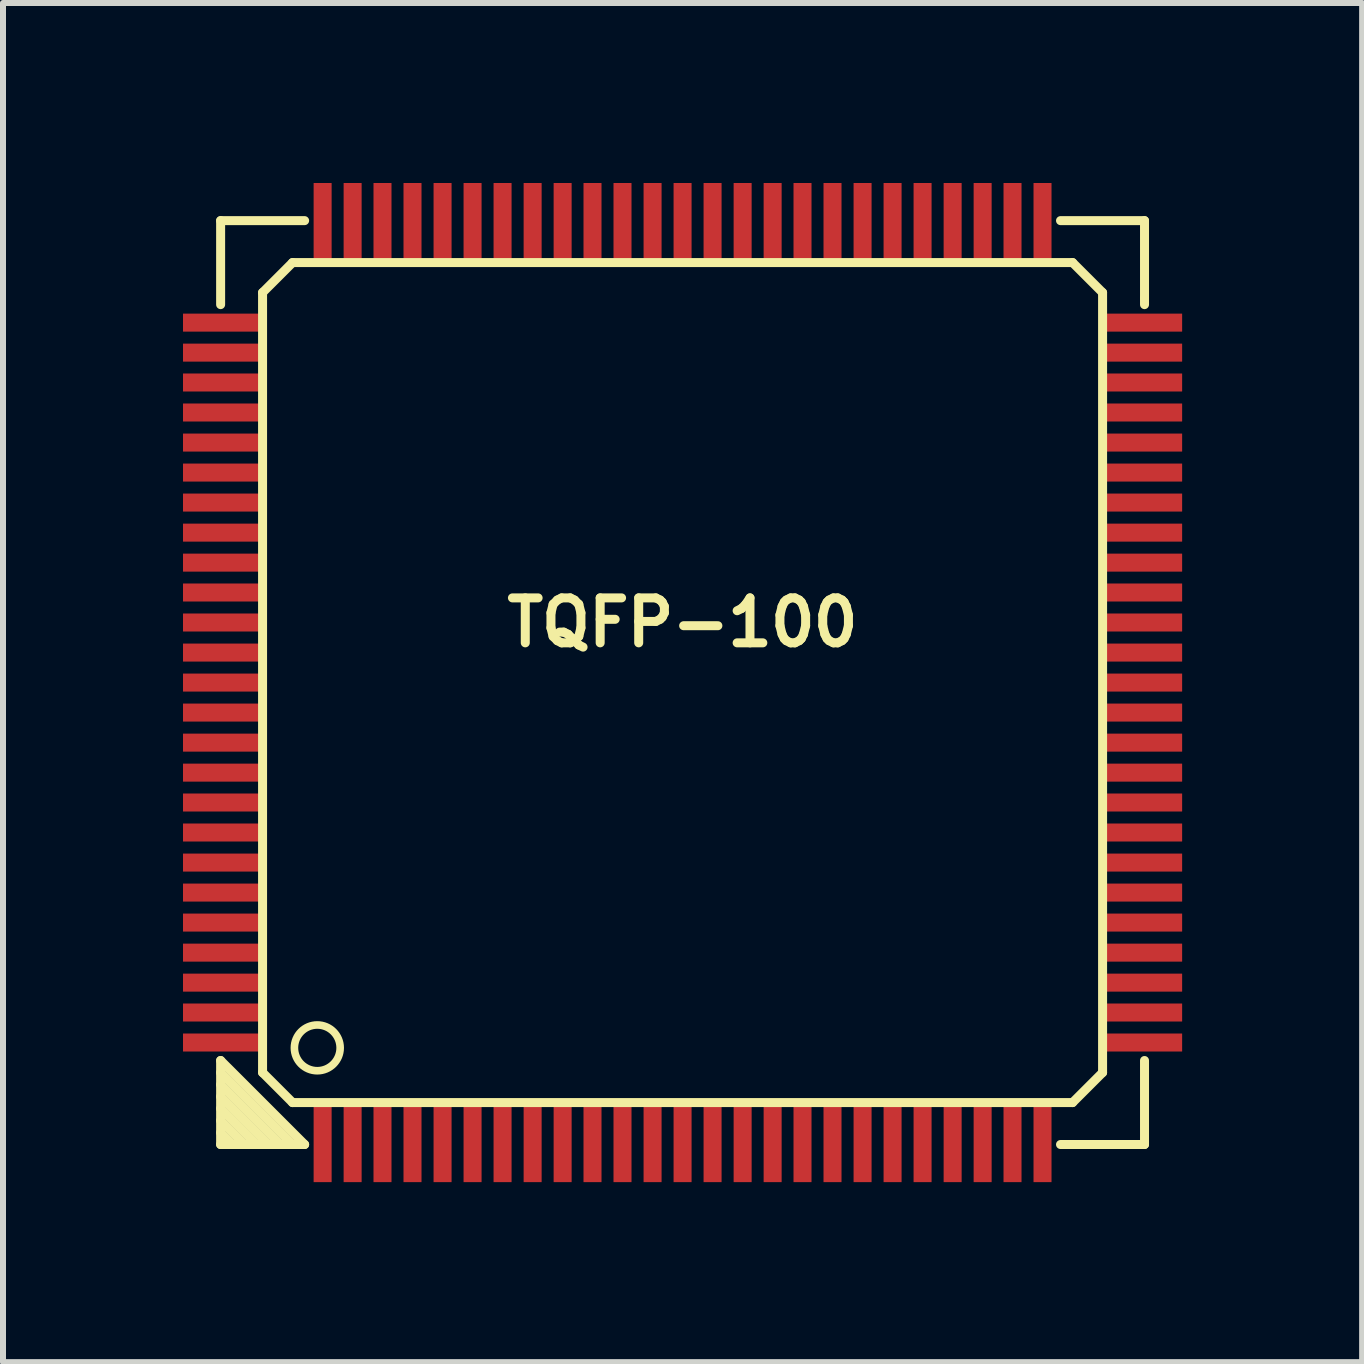
<source format=kicad_pcb>
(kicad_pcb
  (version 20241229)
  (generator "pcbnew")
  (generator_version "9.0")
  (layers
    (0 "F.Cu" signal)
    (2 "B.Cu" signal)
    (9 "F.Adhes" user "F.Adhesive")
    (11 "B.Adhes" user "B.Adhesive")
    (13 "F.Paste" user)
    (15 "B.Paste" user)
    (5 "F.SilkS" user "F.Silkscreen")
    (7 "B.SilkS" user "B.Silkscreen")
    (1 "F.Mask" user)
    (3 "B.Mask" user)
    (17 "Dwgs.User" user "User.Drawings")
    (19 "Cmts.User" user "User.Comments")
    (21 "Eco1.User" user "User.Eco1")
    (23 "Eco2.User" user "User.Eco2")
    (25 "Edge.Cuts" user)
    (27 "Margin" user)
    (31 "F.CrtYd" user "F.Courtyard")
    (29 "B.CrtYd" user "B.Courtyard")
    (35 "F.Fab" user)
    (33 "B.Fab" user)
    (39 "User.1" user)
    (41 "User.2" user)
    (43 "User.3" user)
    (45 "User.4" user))
  (footprint "TQFP-100"
    (layer "F.Cu")
    (at 8.326 8.326)
    (property "Reference" "TQFP-100" (at 0 -1.001 0) (layer "F.SilkS") (effects (font (size 0.749 0.749) (thickness 0.15))))
    (attr smd)
    (fp_line (start -7.699 -7.699) (end -6.299 -7.699) (stroke (width 0.15) (type solid)) (layer "F.SilkS"))
    (fp_line (start -7.699 -6.299) (end -7.699 -7.699) (stroke (width 0.15) (type solid)) (layer "F.SilkS"))
    (fp_line (start -7.699 6.299) (end -6.299 7.699) (stroke (width 0.15) (type solid)) (layer "F.SilkS"))
    (fp_line (start -7.699 6.701) (end -6.701 7.699) (stroke (width 0.15) (type solid)) (layer "F.SilkS"))
    (fp_line (start -7.699 7.099) (end -7.099 7.699) (stroke (width 0.15) (type solid)) (layer "F.SilkS"))
    (fp_line (start -7.699 7.501) (end -7.501 7.699) (stroke (width 0.15) (type solid)) (layer "F.SilkS"))
    (fp_line (start -7.699 7.699) (end -7.699 6.299) (stroke (width 0.15) (type solid)) (layer "F.SilkS"))
    (fp_line (start -7.3 7.699) (end -7.699 7.3) (stroke (width 0.15) (type solid)) (layer "F.SilkS"))
    (fp_line (start -7 -6.5) (end -6.5 -7) (stroke (width 0.15) (type solid)) (layer "F.SilkS"))
    (fp_line (start -7 6.5) (end -7 -6.5) (stroke (width 0.15) (type solid)) (layer "F.SilkS"))
    (fp_line (start -6.901 7.699) (end -7.699 6.901) (stroke (width 0.15) (type solid)) (layer "F.SilkS"))
    (fp_line (start -6.5 -7) (end 6.5 -7) (stroke (width 0.15) (type solid)) (layer "F.SilkS"))
    (fp_line (start -6.5 7) (end -7 6.5) (stroke (width 0.15) (type solid)) (layer "F.SilkS"))
    (fp_line (start -6.5 7.699) (end -7.699 6.5) (stroke (width 0.15) (type solid)) (layer "F.SilkS"))
    (fp_line (start -6.299 7.699) (end -7.699 7.699) (stroke (width 0.15) (type solid)) (layer "F.SilkS"))
    (fp_line (start 6.299 -7.699) (end 7.699 -7.699) (stroke (width 0.15) (type solid)) (layer "F.SilkS"))
    (fp_line (start 6.5 -7) (end 7 -6.5) (stroke (width 0.15) (type solid)) (layer "F.SilkS"))
    (fp_line (start 6.5 7) (end -6.5 7) (stroke (width 0.15) (type solid)) (layer "F.SilkS"))
    (fp_line (start 7 -6.5) (end 7 6.5) (stroke (width 0.15) (type solid)) (layer "F.SilkS"))
    (fp_line (start 7 6.5) (end 6.5 7) (stroke (width 0.15) (type solid)) (layer "F.SilkS"))
    (fp_line (start 7.699 -7.699) (end 7.699 -6.401) (stroke (width 0.15) (type solid)) (layer "F.SilkS"))
    (fp_line (start 7.699 -6.401) (end 7.699 -6.299) (stroke (width 0.15) (type solid)) (layer "F.SilkS"))
    (fp_line (start 7.699 6.299) (end 7.699 7.699) (stroke (width 0.15) (type solid)) (layer "F.SilkS"))
    (fp_line (start 7.699 7.699) (end 6.299 7.699) (stroke (width 0.15) (type solid)) (layer "F.SilkS"))
    (fp_circle (center -6.088 6.088) (end -6.317 6.393) (stroke (width 0.127) (type solid)) (fill no) (layer "F.SilkS"))
    (pad "1" smd rect (at -5.999 7.676) (size 0.3 1.3) (layers "F.Cu" "F.Mask" "F.Paste"))
    (pad "2" smd rect (at -5.499 7.676) (size 0.3 1.3) (layers "F.Cu" "F.Mask" "F.Paste"))
    (pad "3" smd rect (at -5.001 7.676) (size 0.3 1.3) (layers "F.Cu" "F.Mask" "F.Paste"))
    (pad "4" smd rect (at -4.501 7.676) (size 0.3 1.3) (layers "F.Cu" "F.Mask" "F.Paste"))
    (pad "5" smd rect (at -4 7.676) (size 0.3 1.3) (layers "F.Cu" "F.Mask" "F.Paste"))
    (pad "6" smd rect (at -3.5 7.676) (size 0.3 1.3) (layers "F.Cu" "F.Mask" "F.Paste"))
    (pad "7" smd rect (at -3 7.676) (size 0.3 1.3) (layers "F.Cu" "F.Mask" "F.Paste"))
    (pad "8" smd rect (at -2.499 7.676) (size 0.3 1.3) (layers "F.Cu" "F.Mask" "F.Paste"))
    (pad "9" smd rect (at -1.999 7.676) (size 0.3 1.3) (layers "F.Cu" "F.Mask" "F.Paste"))
    (pad "10" smd rect (at -1.501 7.676) (size 0.3 1.3) (layers "F.Cu" "F.Mask" "F.Paste"))
    (pad "11" smd rect (at -1.001 7.676) (size 0.3 1.3) (layers "F.Cu" "F.Mask" "F.Paste"))
    (pad "12" smd rect (at -0.5 7.676) (size 0.3 1.3) (layers "F.Cu" "F.Mask" "F.Paste"))
    (pad "13" smd rect (at 0 7.676) (size 0.3 1.3) (layers "F.Cu" "F.Mask" "F.Paste"))
    (pad "14" smd rect (at 0.5 7.676) (size 0.3 1.3) (layers "F.Cu" "F.Mask" "F.Paste"))
    (pad "15" smd rect (at 1.001 7.676) (size 0.3 1.3) (layers "F.Cu" "F.Mask" "F.Paste"))
    (pad "16" smd rect (at 1.501 7.676) (size 0.3 1.3) (layers "F.Cu" "F.Mask" "F.Paste"))
    (pad "17" smd rect (at 1.999 7.676) (size 0.3 1.3) (layers "F.Cu" "F.Mask" "F.Paste"))
    (pad "18" smd rect (at 2.499 7.676) (size 0.3 1.3) (layers "F.Cu" "F.Mask" "F.Paste"))
    (pad "19" smd rect (at 3 7.676) (size 0.3 1.3) (layers "F.Cu" "F.Mask" "F.Paste"))
    (pad "20" smd rect (at 3.5 7.676) (size 0.3 1.3) (layers "F.Cu" "F.Mask" "F.Paste"))
    (pad "21" smd rect (at 4 7.676) (size 0.3 1.3) (layers "F.Cu" "F.Mask" "F.Paste"))
    (pad "22" smd rect (at 4.501 7.676) (size 0.3 1.3) (layers "F.Cu" "F.Mask" "F.Paste"))
    (pad "23" smd rect (at 5.001 7.676) (size 0.3 1.3) (layers "F.Cu" "F.Mask" "F.Paste"))
    (pad "24" smd rect (at 5.499 7.676) (size 0.3 1.3) (layers "F.Cu" "F.Mask" "F.Paste"))
    (pad "25" smd rect (at 5.999 7.676) (size 0.3 1.3) (layers "F.Cu" "F.Mask" "F.Paste"))
    (pad "26" smd rect (at 7.676 5.999) (size 1.3 0.3) (layers "F.Cu" "F.Mask" "F.Paste"))
    (pad "27" smd rect (at 7.676 5.499) (size 1.3 0.3) (layers "F.Cu" "F.Mask" "F.Paste"))
    (pad "28" smd rect (at 7.676 5.001) (size 1.3 0.3) (layers "F.Cu" "F.Mask" "F.Paste"))
    (pad "29" smd rect (at 7.676 4.501) (size 1.3 0.3) (layers "F.Cu" "F.Mask" "F.Paste"))
    (pad "30" smd rect (at 7.676 4) (size 1.3 0.3) (layers "F.Cu" "F.Mask" "F.Paste"))
    (pad "31" smd rect (at 7.676 3.5) (size 1.3 0.3) (layers "F.Cu" "F.Mask" "F.Paste"))
    (pad "32" smd rect (at 7.676 3) (size 1.3 0.3) (layers "F.Cu" "F.Mask" "F.Paste"))
    (pad "33" smd rect (at 7.676 2.499) (size 1.3 0.3) (layers "F.Cu" "F.Mask" "F.Paste"))
    (pad "34" smd rect (at 7.676 1.999) (size 1.3 0.3) (layers "F.Cu" "F.Mask" "F.Paste"))
    (pad "35" smd rect (at 7.676 1.501) (size 1.3 0.3) (layers "F.Cu" "F.Mask" "F.Paste"))
    (pad "36" smd rect (at 7.676 1.001) (size 1.3 0.3) (layers "F.Cu" "F.Mask" "F.Paste"))
    (pad "37" smd rect (at 7.676 0.5) (size 1.3 0.3) (layers "F.Cu" "F.Mask" "F.Paste"))
    (pad "38" smd rect (at 7.676 0) (size 1.3 0.3) (layers "F.Cu" "F.Mask" "F.Paste"))
    (pad "39" smd rect (at 7.676 -0.5) (size 1.3 0.3) (layers "F.Cu" "F.Mask" "F.Paste"))
    (pad "40" smd rect (at 7.676 -1.001) (size 1.3 0.3) (layers "F.Cu" "F.Mask" "F.Paste"))
    (pad "41" smd rect (at 7.676 -1.501) (size 1.3 0.3) (layers "F.Cu" "F.Mask" "F.Paste"))
    (pad "42" smd rect (at 7.676 -1.999) (size 1.3 0.3) (layers "F.Cu" "F.Mask" "F.Paste"))
    (pad "43" smd rect (at 7.676 -2.499) (size 1.3 0.3) (layers "F.Cu" "F.Mask" "F.Paste"))
    (pad "44" smd rect (at 7.676 -3) (size 1.3 0.3) (layers "F.Cu" "F.Mask" "F.Paste"))
    (pad "45" smd rect (at 7.676 -3.5) (size 1.3 0.3) (layers "F.Cu" "F.Mask" "F.Paste"))
    (pad "46" smd rect (at 7.676 -4) (size 1.3 0.3) (layers "F.Cu" "F.Mask" "F.Paste"))
    (pad "47" smd rect (at 7.676 -4.501) (size 1.3 0.3) (layers "F.Cu" "F.Mask" "F.Paste"))
    (pad "48" smd rect (at 7.676 -5.001) (size 1.3 0.3) (layers "F.Cu" "F.Mask" "F.Paste"))
    (pad "49" smd rect (at 7.676 -5.499) (size 1.3 0.3) (layers "F.Cu" "F.Mask" "F.Paste"))
    (pad "50" smd rect (at 7.676 -5.999) (size 1.3 0.3) (layers "F.Cu" "F.Mask" "F.Paste"))
    (pad "51" smd rect (at 5.999 -7.676) (size 0.3 1.3) (layers "F.Cu" "F.Mask" "F.Paste"))
    (pad "52" smd rect (at 5.499 -7.676) (size 0.3 1.3) (layers "F.Cu" "F.Mask" "F.Paste"))
    (pad "53" smd rect (at 5.001 -7.676) (size 0.3 1.3) (layers "F.Cu" "F.Mask" "F.Paste"))
    (pad "54" smd rect (at 4.501 -7.676) (size 0.3 1.3) (layers "F.Cu" "F.Mask" "F.Paste"))
    (pad "55" smd rect (at 4 -7.676) (size 0.3 1.3) (layers "F.Cu" "F.Mask" "F.Paste"))
    (pad "56" smd rect (at 3.5 -7.676) (size 0.3 1.3) (layers "F.Cu" "F.Mask" "F.Paste"))
    (pad "57" smd rect (at 3 -7.676) (size 0.3 1.3) (layers "F.Cu" "F.Mask" "F.Paste"))
    (pad "58" smd rect (at 2.499 -7.676) (size 0.3 1.3) (layers "F.Cu" "F.Mask" "F.Paste"))
    (pad "59" smd rect (at 1.999 -7.676) (size 0.3 1.3) (layers "F.Cu" "F.Mask" "F.Paste"))
    (pad "60" smd rect (at 1.501 -7.676) (size 0.3 1.3) (layers "F.Cu" "F.Mask" "F.Paste"))
    (pad "61" smd rect (at 1.001 -7.676) (size 0.3 1.3) (layers "F.Cu" "F.Mask" "F.Paste"))
    (pad "62" smd rect (at 0.5 -7.676) (size 0.3 1.3) (layers "F.Cu" "F.Mask" "F.Paste"))
    (pad "63" smd rect (at 0 -7.676) (size 0.3 1.3) (layers "F.Cu" "F.Mask" "F.Paste"))
    (pad "64" smd rect (at -0.5 -7.676) (size 0.3 1.3) (layers "F.Cu" "F.Mask" "F.Paste"))
    (pad "65" smd rect (at -1.001 -7.676) (size 0.3 1.3) (layers "F.Cu" "F.Mask" "F.Paste"))
    (pad "66" smd rect (at -1.501 -7.676) (size 0.3 1.3) (layers "F.Cu" "F.Mask" "F.Paste"))
    (pad "67" smd rect (at -1.999 -7.676) (size 0.3 1.3) (layers "F.Cu" "F.Mask" "F.Paste"))
    (pad "68" smd rect (at -2.499 -7.676) (size 0.3 1.3) (layers "F.Cu" "F.Mask" "F.Paste"))
    (pad "69" smd rect (at -3 -7.676) (size 0.3 1.3) (layers "F.Cu" "F.Mask" "F.Paste"))
    (pad "70" smd rect (at -3.5 -7.676) (size 0.3 1.3) (layers "F.Cu" "F.Mask" "F.Paste"))
    (pad "71" smd rect (at -4 -7.676) (size 0.3 1.3) (layers "F.Cu" "F.Mask" "F.Paste"))
    (pad "72" smd rect (at -4.501 -7.676) (size 0.3 1.3) (layers "F.Cu" "F.Mask" "F.Paste"))
    (pad "73" smd rect (at -5.001 -7.676) (size 0.3 1.3) (layers "F.Cu" "F.Mask" "F.Paste"))
    (pad "74" smd rect (at -5.499 -7.676) (size 0.3 1.3) (layers "F.Cu" "F.Mask" "F.Paste"))
    (pad "75" smd rect (at -5.999 -7.676) (size 0.3 1.3) (layers "F.Cu" "F.Mask" "F.Paste"))
    (pad "76" smd rect (at -7.676 -5.999) (size 1.3 0.3) (layers "F.Cu" "F.Mask" "F.Paste"))
    (pad "77" smd rect (at -7.676 -5.499) (size 1.3 0.3) (layers "F.Cu" "F.Mask" "F.Paste"))
    (pad "78" smd rect (at -7.676 -5.001) (size 1.3 0.3) (layers "F.Cu" "F.Mask" "F.Paste"))
    (pad "79" smd rect (at -7.676 -4.501) (size 1.3 0.3) (layers "F.Cu" "F.Mask" "F.Paste"))
    (pad "80" smd rect (at -7.676 -4) (size 1.3 0.3) (layers "F.Cu" "F.Mask" "F.Paste"))
    (pad "81" smd rect (at -7.676 -3.5) (size 1.3 0.3) (layers "F.Cu" "F.Mask" "F.Paste"))
    (pad "82" smd rect (at -7.676 -3) (size 1.3 0.3) (layers "F.Cu" "F.Mask" "F.Paste"))
    (pad "83" smd rect (at -7.676 -2.499) (size 1.3 0.3) (layers "F.Cu" "F.Mask" "F.Paste"))
    (pad "84" smd rect (at -7.676 -1.999) (size 1.3 0.3) (layers "F.Cu" "F.Mask" "F.Paste"))
    (pad "85" smd rect (at -7.676 -1.501) (size 1.3 0.3) (layers "F.Cu" "F.Mask" "F.Paste"))
    (pad "86" smd rect (at -7.676 -1.001) (size 1.3 0.3) (layers "F.Cu" "F.Mask" "F.Paste"))
    (pad "87" smd rect (at -7.676 -0.5) (size 1.3 0.3) (layers "F.Cu" "F.Mask" "F.Paste"))
    (pad "88" smd rect (at -7.676 0) (size 1.3 0.3) (layers "F.Cu" "F.Mask" "F.Paste"))
    (pad "89" smd rect (at -7.676 0.5) (size 1.3 0.3) (layers "F.Cu" "F.Mask" "F.Paste"))
    (pad "90" smd rect (at -7.676 1.001) (size 1.3 0.3) (layers "F.Cu" "F.Mask" "F.Paste"))
    (pad "91" smd rect (at -7.676 1.501) (size 1.3 0.3) (layers "F.Cu" "F.Mask" "F.Paste"))
    (pad "92" smd rect (at -7.676 1.999) (size 1.3 0.3) (layers "F.Cu" "F.Mask" "F.Paste"))
    (pad "93" smd rect (at -7.676 2.499) (size 1.3 0.3) (layers "F.Cu" "F.Mask" "F.Paste"))
    (pad "94" smd rect (at -7.676 3) (size 1.3 0.3) (layers "F.Cu" "F.Mask" "F.Paste"))
    (pad "95" smd rect (at -7.676 3.5) (size 1.3 0.3) (layers "F.Cu" "F.Mask" "F.Paste"))
    (pad "96" smd rect (at -7.676 4) (size 1.3 0.3) (layers "F.Cu" "F.Mask" "F.Paste"))
    (pad "97" smd rect (at -7.676 4.501) (size 1.3 0.3) (layers "F.Cu" "F.Mask" "F.Paste"))
    (pad "98" smd rect (at -7.676 5.001) (size 1.3 0.3) (layers "F.Cu" "F.Mask" "F.Paste"))
    (pad "99" smd rect (at -7.676 5.499) (size 1.3 0.3) (layers "F.Cu" "F.Mask" "F.Paste"))
    (pad "100" smd rect (at -7.676 5.999) (size 1.3 0.3) (layers "F.Cu" "F.Mask" "F.Paste")))
  (gr_rect
    (start -3 -3)
    (end 19.652 19.652)
    (stroke (width 0.1) (type default))
    (fill no)
    (layer "Edge.Cuts")))
</source>
